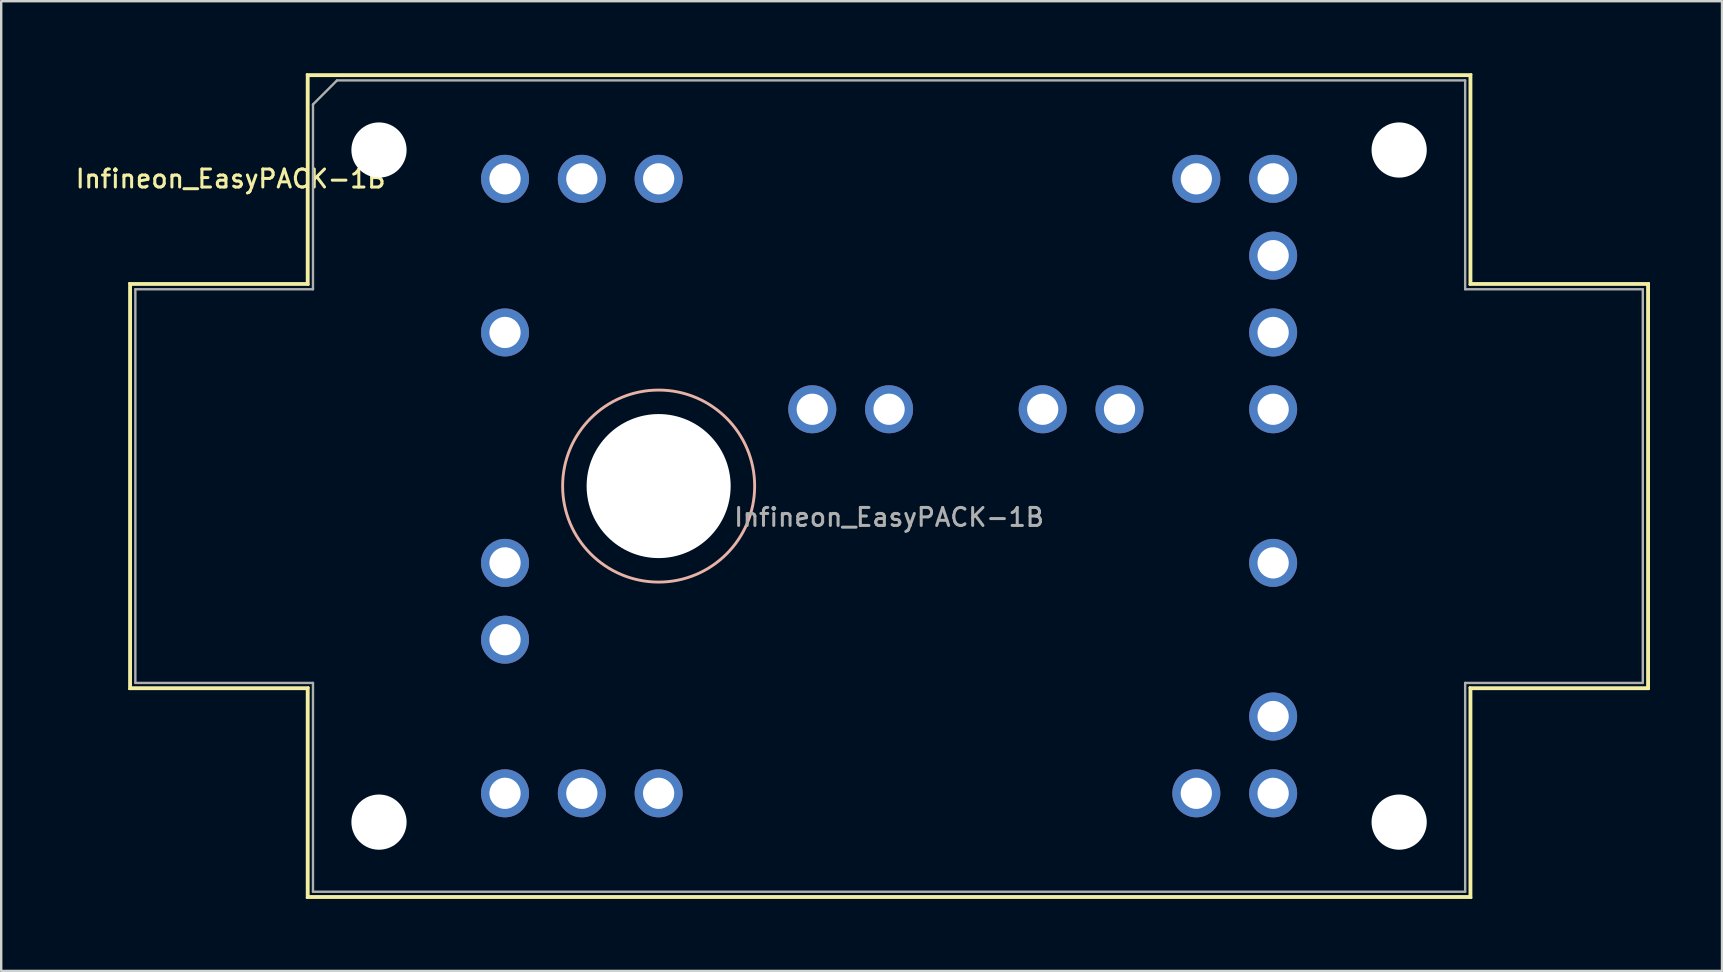
<source format=kicad_pcb>
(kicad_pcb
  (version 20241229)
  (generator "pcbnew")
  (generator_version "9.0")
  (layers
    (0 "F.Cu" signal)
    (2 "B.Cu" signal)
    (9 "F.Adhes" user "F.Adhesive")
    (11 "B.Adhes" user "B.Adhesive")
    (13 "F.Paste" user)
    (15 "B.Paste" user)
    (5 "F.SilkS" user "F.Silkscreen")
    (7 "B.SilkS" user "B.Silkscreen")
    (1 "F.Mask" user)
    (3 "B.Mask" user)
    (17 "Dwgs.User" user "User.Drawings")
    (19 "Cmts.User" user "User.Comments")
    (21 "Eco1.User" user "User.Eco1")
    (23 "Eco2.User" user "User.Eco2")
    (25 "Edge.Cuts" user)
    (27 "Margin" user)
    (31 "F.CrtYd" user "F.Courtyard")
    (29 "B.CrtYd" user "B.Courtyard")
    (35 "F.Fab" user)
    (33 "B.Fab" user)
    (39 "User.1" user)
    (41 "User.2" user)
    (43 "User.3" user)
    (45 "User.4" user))
  (footprint "Infineon_EasyPACK-1B"
    (layer "F.Cu")
    (at 17.989 4.4)
    (property "Reference" "Infineon_EasyPACK-1B" (at -11.43 0 0) (layer "F.SilkS") (effects (font (size 0.75 0.75) (thickness 0.125))))
    (attr through_hole)
    (fp_line (start -15.65 21.25) (end -15.65 4.35) (stroke (width 0.1) (type solid)) (layer "F.SilkS"))
    (fp_line (start -15.6 4.4) (end -8.2 4.4) (stroke (width 0.12) (type solid)) (layer "F.SilkS"))
    (fp_line (start -15.6 21.2) (end -15.6 4.4) (stroke (width 0.12) (type solid)) (layer "F.SilkS"))
    (fp_line (start -8.25 -4.35) (end -8.25 4.35) (stroke (width 0.1) (type solid)) (layer "F.SilkS"))
    (fp_line (start -8.25 4.35) (end -15.65 4.35) (stroke (width 0.1) (type solid)) (layer "F.SilkS"))
    (fp_line (start -8.25 21.25) (end -15.65 21.25) (stroke (width 0.1) (type solid)) (layer "F.SilkS"))
    (fp_line (start -8.25 29.95) (end -8.25 21.25) (stroke (width 0.1) (type solid)) (layer "F.SilkS"))
    (fp_line (start -8.25 29.95) (end 40.25 29.95) (stroke (width 0.1) (type solid)) (layer "F.SilkS"))
    (fp_line (start -8.2 -4.3) (end 40.2 -4.3) (stroke (width 0.12) (type solid)) (layer "F.SilkS"))
    (fp_line (start -8.2 4.4) (end -8.2 -4.3) (stroke (width 0.12) (type solid)) (layer "F.SilkS"))
    (fp_line (start -8.2 21.2) (end -15.6 21.2) (stroke (width 0.12) (type solid)) (layer "F.SilkS"))
    (fp_line (start -8.2 29.9) (end -8.2 21.2) (stroke (width 0.12) (type solid)) (layer "F.SilkS"))
    (fp_line (start 40.2 -4.3) (end 40.2 4.4) (stroke (width 0.12) (type solid)) (layer "F.SilkS"))
    (fp_line (start 40.2 4.4) (end 47.6 4.4) (stroke (width 0.12) (type solid)) (layer "F.SilkS"))
    (fp_line (start 40.2 21.2) (end 40.2 29.9) (stroke (width 0.12) (type solid)) (layer "F.SilkS"))
    (fp_line (start 40.2 29.9) (end -8.2 29.9) (stroke (width 0.12) (type solid)) (layer "F.SilkS"))
    (fp_line (start 40.25 -4.35) (end -8.25 -4.35) (stroke (width 0.1) (type solid)) (layer "F.SilkS"))
    (fp_line (start 40.25 -4.35) (end 40.25 4.35) (stroke (width 0.1) (type solid)) (layer "F.SilkS"))
    (fp_line (start 40.25 4.35) (end 47.65 4.35) (stroke (width 0.1) (type solid)) (layer "F.SilkS"))
    (fp_line (start 40.25 21.25) (end 40.25 29.95) (stroke (width 0.1) (type solid)) (layer "F.SilkS"))
    (fp_line (start 47.6 4.4) (end 47.6 21.2) (stroke (width 0.12) (type solid)) (layer "F.SilkS"))
    (fp_line (start 47.6 21.2) (end 40.2 21.2) (stroke (width 0.12) (type solid)) (layer "F.SilkS"))
    (fp_line (start 47.65 4.35) (end 47.65 21.25) (stroke (width 0.1) (type solid)) (layer "F.SilkS"))
    (fp_line (start 47.65 21.25) (end 40.25 21.25) (stroke (width 0.1) (type solid)) (layer "F.SilkS"))
    (fp_circle (center 6.4 12.8) (end 10.4 12.8) (stroke (width 0.12) (type solid)) (fill no) (layer "B.SilkS"))
    (fp_line (start -15.4 4.6) (end -8 4.6) (stroke (width 0.1) (type solid)) (layer "F.Fab"))
    (fp_line (start -15.4 21) (end -15.4 4.6) (stroke (width 0.1) (type solid)) (layer "F.Fab"))
    (fp_line (start -15.4 21) (end -8 21) (stroke (width 0.1) (type solid)) (layer "F.Fab"))
    (fp_line (start -8 4.6) (end -8 -3.1) (stroke (width 0.1) (type solid)) (layer "F.Fab"))
    (fp_line (start -8 21) (end -8 29.7) (stroke (width 0.1) (type solid)) (layer "F.Fab"))
    (fp_line (start -8 29.7) (end 40 29.7) (stroke (width 0.1) (type solid)) (layer "F.Fab"))
    (fp_line (start -7 -4.1) (end -8 -3.1) (stroke (width 0.1) (type solid)) (layer "F.Fab"))
    (fp_line (start 40 -4.1) (end -7 -4.1) (stroke (width 0.1) (type solid)) (layer "F.Fab"))
    (fp_line (start 40 4.6) (end 40 -4.1) (stroke (width 0.1) (type solid)) (layer "F.Fab"))
    (fp_line (start 40 21) (end 40 29.7) (stroke (width 0.1) (type solid)) (layer "F.Fab"))
    (fp_line (start 47.4 4.6) (end 40 4.6) (stroke (width 0.1) (type solid)) (layer "F.Fab"))
    (fp_line (start 47.4 21) (end 40 21) (stroke (width 0.1) (type solid)) (layer "F.Fab"))
    (fp_line (start 47.4 21) (end 47.4 4.6) (stroke (width 0.1) (type solid)) (layer "F.Fab"))
    (fp_text user "${REFERENCE}" (at 16 14.1 0) (layer "F.Fab") (effects (font (size 0.75 0.75) (thickness 0.125))))
    (pad "" np_thru_hole circle (at -5.25 -1.2 180) (size 2.3 2.3) (drill 2.3) (layers "*.Cu" "*.Mask"))
    (pad "" np_thru_hole circle (at -5.25 26.8 180) (size 2.3 2.3) (drill 2.3) (layers "*.Cu" "*.Mask"))
    (pad "" np_thru_hole circle (at 6.4 12.8 180) (size 6 6) (drill 6) (layers "*.Cu" "*.Mask"))
    (pad "" np_thru_hole circle (at 37.25 -1.2 180) (size 2.3 2.3) (drill 2.3) (layers "*.Cu" "*.Mask"))
    (pad "" np_thru_hole circle (at 37.25 26.8 180) (size 2.3 2.3) (drill 2.3) (layers "*.Cu" "*.Mask"))
    (pad "EU" thru_hole circle (at 32 0 180) (size 2 2) (drill 1.3) (layers "*.Cu" "*.Mask"))
    (pad "EU" thru_hole circle (at 32 3.2 180) (size 2 2) (drill 1.3) (layers "*.Cu" "*.Mask"))
    (pad "EV" thru_hole circle (at 32 6.4 180) (size 2 2) (drill 1.3) (layers "*.Cu" "*.Mask"))
    (pad "EV" thru_hole circle (at 32 9.6 180) (size 2 2) (drill 1.3) (layers "*.Cu" "*.Mask"))
    (pad "EW" thru_hole circle (at 32 22.4 180) (size 2 2) (drill 1.3) (layers "*.Cu" "*.Mask"))
    (pad "EW" thru_hole circle (at 32 25.6 180) (size 2 2) (drill 1.3) (layers "*.Cu" "*.Mask"))
    (pad "G1" thru_hole circle (at 0 0 180) (size 2 2) (drill 1.3) (layers "*.Cu" "*.Mask"))
    (pad "G2" thru_hole circle (at 28.8 0 180) (size 2 2) (drill 1.3) (layers "*.Cu" "*.Mask"))
    (pad "G3" thru_hole circle (at 0 6.4 180) (size 2 2) (drill 1.3) (layers "*.Cu" "*.Mask"))
    (pad "G4" thru_hole circle (at 32 16 180) (size 2 2) (drill 1.3) (layers "*.Cu" "*.Mask"))
    (pad "G5" thru_hole circle (at 0 25.6 180) (size 2 2) (drill 1.3) (layers "*.Cu" "*.Mask"))
    (pad "G6" thru_hole circle (at 28.8 25.6 180) (size 2 2) (drill 1.3) (layers "*.Cu" "*.Mask"))
    (pad "P" thru_hole circle (at 12.8 9.6 180) (size 2 2) (drill 1.3) (layers "*.Cu" "*.Mask"))
    (pad "P" thru_hole circle (at 16 9.6 180) (size 2 2) (drill 1.3) (layers "*.Cu" "*.Mask"))
    (pad "T1" thru_hole circle (at 22.4 9.6 180) (size 2 2) (drill 1.3) (layers "*.Cu" "*.Mask"))
    (pad "T2" thru_hole circle (at 25.6 9.6 180) (size 2 2) (drill 1.3) (layers "*.Cu" "*.Mask"))
    (pad "U" thru_hole circle (at 3.2 0 180) (size 2 2) (drill 1.3) (layers "*.Cu" "*.Mask"))
    (pad "U" thru_hole circle (at 6.4 0 180) (size 2 2) (drill 1.3) (layers "*.Cu" "*.Mask"))
    (pad "V" thru_hole circle (at 0 16 180) (size 2 2) (drill 1.3) (layers "*.Cu" "*.Mask"))
    (pad "V" thru_hole circle (at 0 19.2 180) (size 2 2) (drill 1.3) (layers "*.Cu" "*.Mask"))
    (pad "W" thru_hole circle (at 3.2 25.6 180) (size 2 2) (drill 1.3) (layers "*.Cu" "*.Mask"))
    (pad "W" thru_hole circle (at 6.4 25.6 180) (size 2 2) (drill 1.3) (layers "*.Cu" "*.Mask"))
    (zone (net_name "") (layers "F.Cu" "B.Cu") (name "MH") (hatch full 0.508) (connect_pads) (min_thickness 0.254) (filled_areas_thickness no) (keepout (tracks not_allowed) (vias not_allowed) (pads not_allowed) (copperpour not_allowed) (footprints not_allowed)) (placement (enabled no)) (fill) (polygon (pts (xy 12.234 17.2) (xy 12.214 17.631) (xy 12.156 18.058) (xy 12.059 18.479) (xy 11.924 18.889) (xy 11.753 19.284) (xy 11.546 19.663) (xy 11.306 20.022) (xy 11.035 20.357) (xy 10.734 20.666) (xy 10.406 20.947) (xy 10.055 21.197) (xy 9.682 21.414) (xy 9.291 21.596) (xy 8.885 21.742) (xy 8.468 21.851) (xy 8.042 21.922) (xy 7.612 21.953) (xy 7.18 21.946) (xy 6.751 21.899) (xy 6.329 21.814) (xy 5.915 21.691) (xy 5.515 21.53) (xy 5.13 21.335) (xy 4.765 21.105) (xy 4.422 20.843) (xy 4.105 20.551) (xy 3.815 20.231) (xy 3.555 19.886) (xy 3.328 19.52) (xy 3.135 19.134) (xy 2.978 18.732) (xy 2.857 18.318) (xy 2.775 17.895) (xy 2.731 17.465) (xy 2.727 17.034) (xy 2.761 16.604) (xy 2.835 16.179) (xy 2.946 15.762) (xy 3.095 15.357) (xy 3.28 14.968) (xy 3.5 14.596) (xy 3.752 14.246) (xy 4.035 13.921) (xy 4.347 13.622) (xy 4.684 13.353) (xy 5.044 13.116) (xy 5.424 12.912) (xy 5.821 12.743) (xy 6.232 12.611) (xy 6.653 12.517) (xy 7.081 12.462) (xy 7.512 12.445) (xy 7.943 12.468) (xy 8.37 12.529) (xy 8.79 12.629) (xy 9.198 12.767) (xy 9.593 12.941) (xy 9.971 13.15) (xy 10.327 13.392) (xy 10.661 13.666) (xy 10.968 13.969) (xy 11.246 14.299) (xy 11.494 14.652) (xy 11.708 15.026) (xy 11.888 15.419) (xy 12.031 15.826) (xy 12.137 16.244) (xy 12.204 16.67) (xy 12.233 17.1))))
    (zone (net_name "") (layers "F.Cu" "B.Cu") (name "MH") (hatch full 0.508) (connect_pads) (min_thickness 0.254) (filled_areas_thickness no) (keepout (tracks not_allowed) (vias not_allowed) (pads not_allowed) (copperpour not_allowed) (footprints not_allowed)) (placement (enabled no)) (fill) (polygon (pts (xy 65.234 17.2) (xy 65.214 17.631) (xy 65.156 18.058) (xy 65.059 18.479) (xy 64.924 18.889) (xy 64.753 19.284) (xy 64.546 19.663) (xy 64.306 20.022) (xy 64.035 20.357) (xy 63.734 20.666) (xy 63.406 20.947) (xy 63.055 21.197) (xy 62.682 21.414) (xy 62.291 21.596) (xy 61.885 21.742) (xy 61.468 21.851) (xy 61.042 21.922) (xy 60.612 21.953) (xy 60.18 21.946) (xy 59.751 21.899) (xy 59.329 21.814) (xy 58.915 21.691) (xy 58.515 21.53) (xy 58.13 21.335) (xy 57.765 21.105) (xy 57.422 20.843) (xy 57.105 20.551) (xy 56.815 20.231) (xy 56.555 19.886) (xy 56.328 19.52) (xy 56.135 19.134) (xy 55.978 18.732) (xy 55.857 18.318) (xy 55.775 17.895) (xy 55.731 17.465) (xy 55.727 17.034) (xy 55.761 16.604) (xy 55.835 16.179) (xy 55.946 15.762) (xy 56.095 15.357) (xy 56.28 14.968) (xy 56.5 14.596) (xy 56.752 14.246) (xy 57.035 13.921) (xy 57.347 13.622) (xy 57.684 13.353) (xy 58.044 13.116) (xy 58.424 12.912) (xy 58.821 12.743) (xy 59.232 12.611) (xy 59.653 12.517) (xy 60.081 12.462) (xy 60.512 12.445) (xy 60.943 12.468) (xy 61.37 12.529) (xy 61.79 12.629) (xy 62.198 12.767) (xy 62.593 12.941) (xy 62.971 13.15) (xy 63.327 13.392) (xy 63.661 13.666) (xy 63.968 13.969) (xy 64.246 14.299) (xy 64.494 14.652) (xy 64.708 15.026) (xy 64.888 15.419) (xy 65.031 15.826) (xy 65.137 16.244) (xy 65.204 16.67) (xy 65.233 17.1)))))
  (gr_rect
    (start -3 -3)
    (end 68.689 37.4)
    (stroke (width 0.1) (type default))
    (fill no)
    (layer "Edge.Cuts")))
</source>
